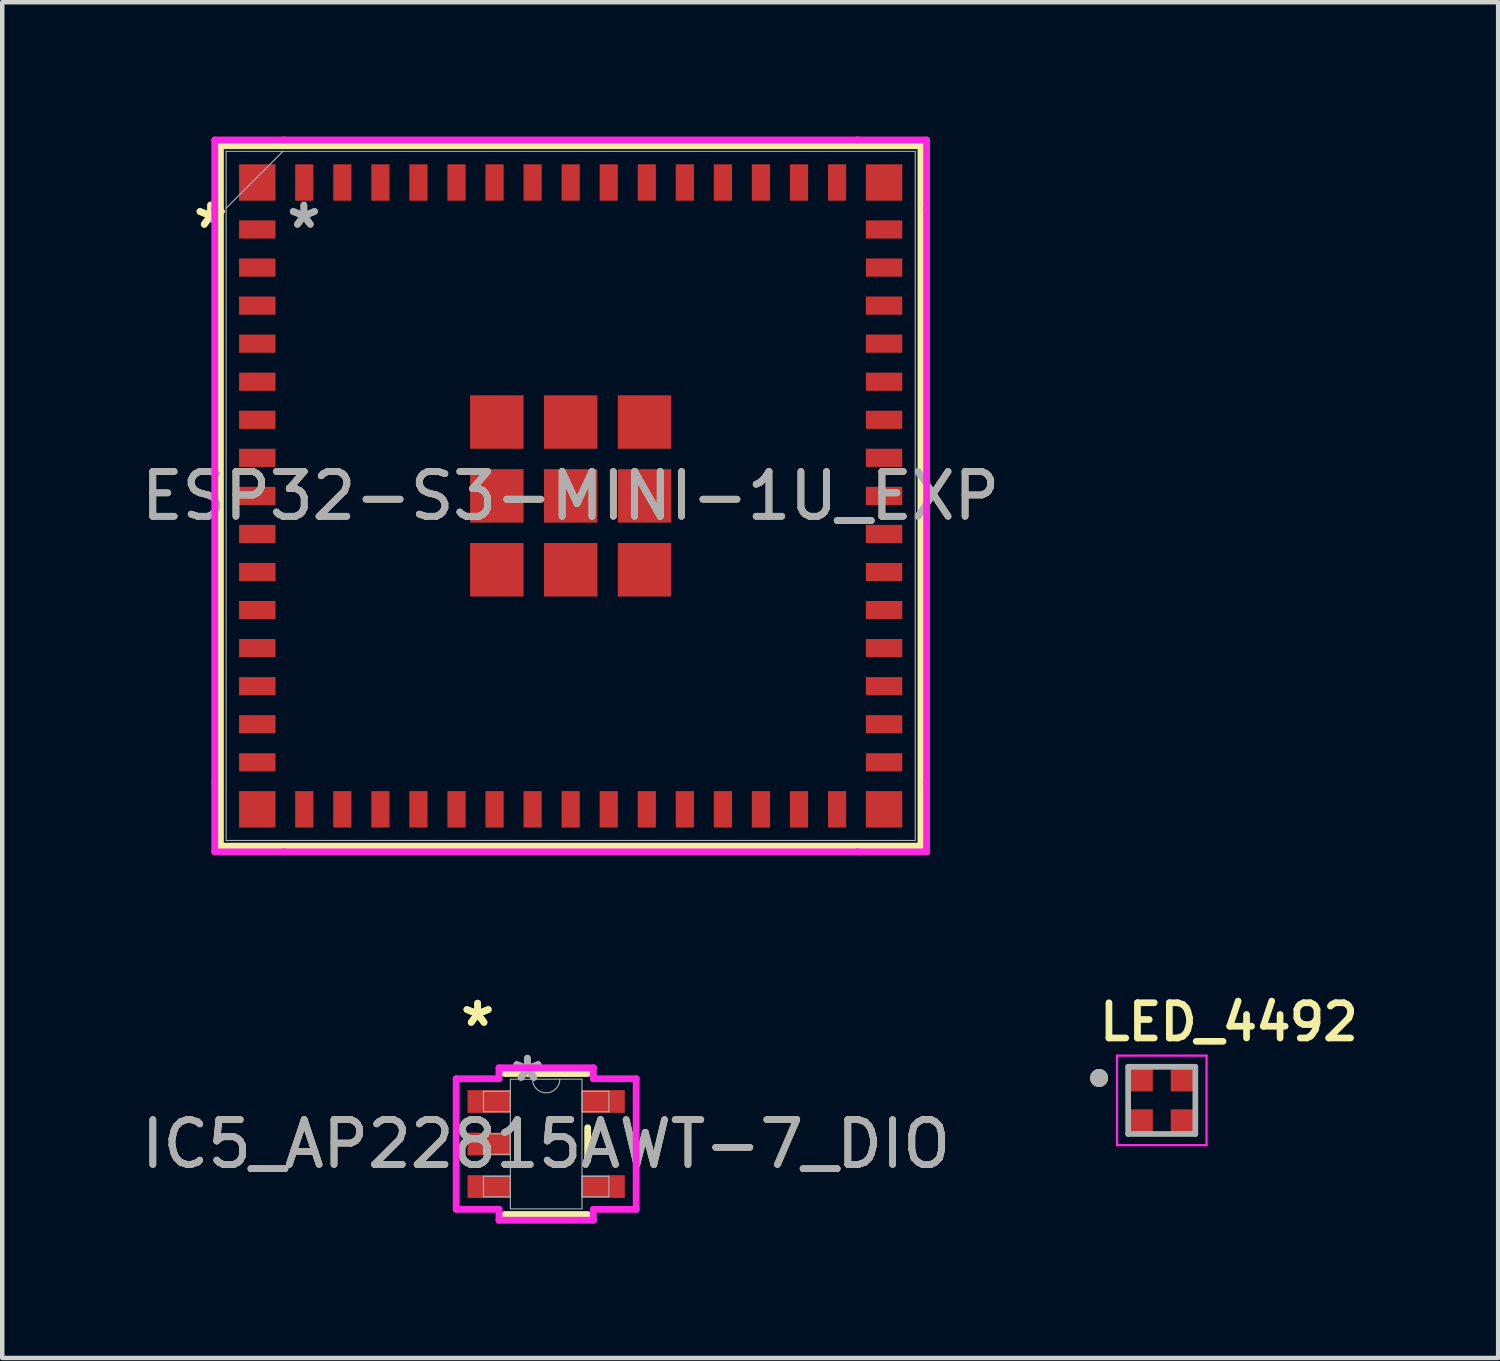
<source format=kicad_pcb>
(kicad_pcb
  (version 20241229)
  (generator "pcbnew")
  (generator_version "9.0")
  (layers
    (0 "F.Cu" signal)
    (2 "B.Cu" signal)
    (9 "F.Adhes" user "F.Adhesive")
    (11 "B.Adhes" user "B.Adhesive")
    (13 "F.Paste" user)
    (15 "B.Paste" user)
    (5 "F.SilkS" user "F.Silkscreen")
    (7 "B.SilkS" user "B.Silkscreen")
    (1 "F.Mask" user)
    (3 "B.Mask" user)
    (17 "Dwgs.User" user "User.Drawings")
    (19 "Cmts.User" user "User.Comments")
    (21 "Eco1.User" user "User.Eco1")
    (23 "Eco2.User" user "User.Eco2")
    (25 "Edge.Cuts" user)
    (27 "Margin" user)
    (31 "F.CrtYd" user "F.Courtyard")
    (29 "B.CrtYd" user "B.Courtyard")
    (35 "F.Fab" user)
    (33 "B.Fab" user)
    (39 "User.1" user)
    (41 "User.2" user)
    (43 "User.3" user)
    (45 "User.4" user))
  (footprint "LED_4492"
    (layer "F.Cu")
    (at 22.898 21.527)
    (property "Reference" "LED_4492" (at 1.5 -1.75 0) (layer "F.SilkS") (effects (font (size 0.787 0.787) (thickness 0.15))))
    (attr smd)
    (fp_circle (center -1.4 -0.5) (end -1.3 -0.5) (stroke (width 0.2) (type solid)) (fill no) (layer "F.SilkS"))
    (fp_line (start -1 -1) (end -1 1) (stroke (width 0.05) (type solid)) (layer "F.CrtYd"))
    (fp_line (start -1 1) (end 1 1) (stroke (width 0.05) (type solid)) (layer "F.CrtYd"))
    (fp_line (start 1 -1) (end -1 -1) (stroke (width 0.05) (type solid)) (layer "F.CrtYd"))
    (fp_line (start 1 1) (end 1 -1) (stroke (width 0.05) (type solid)) (layer "F.CrtYd"))
    (fp_line (start -0.75 -0.75) (end 0.75 -0.75) (stroke (width 0.127) (type solid)) (layer "F.Fab"))
    (fp_line (start -0.75 0.75) (end -0.75 -0.75) (stroke (width 0.127) (type solid)) (layer "F.Fab"))
    (fp_line (start 0.75 -0.75) (end 0.75 0.75) (stroke (width 0.127) (type solid)) (layer "F.Fab"))
    (fp_line (start 0.75 0.75) (end -0.75 0.75) (stroke (width 0.127) (type solid)) (layer "F.Fab"))
    (fp_circle (center -1.4 -0.5) (end -1.3 -0.5) (stroke (width 0.2) (type solid)) (fill no) (layer "F.Fab"))
    (pad "1" smd rect (at -0.475 -0.475) (size 0.55 0.55) (layers "F.Cu" "F.Mask" "F.Paste"))
    (pad "2" smd rect (at -0.475 0.475) (size 0.55 0.55) (layers "F.Cu" "F.Mask" "F.Paste"))
    (pad "3" smd rect (at 0.475 0.475) (size 0.55 0.55) (layers "F.Cu" "F.Mask" "F.Paste"))
    (pad "4" smd rect (at 0.475 -0.475) (size 0.55 0.55) (layers "F.Cu" "F.Mask" "F.Paste")))
  (footprint "IC5_AP22815AWT-7_DIO"
    (layer "F.Cu")
    (at 9.149 22.502)
    (property "Reference" "IC5_AP22815AWT-7_DIO" (at 0 0 0) (unlocked yes) (layer "F.SilkS") (effects (font (size 1 1) (thickness 0.15))))
    (attr smd)
    (fp_line (start -0.927 1.575) (end 0.927 1.575) (stroke (width 0.152) (type solid)) (layer "F.SilkS"))
    (fp_line (start 0.927 -1.575) (end -0.927 -1.575) (stroke (width 0.152) (type solid)) (layer "F.SilkS"))
    (fp_line (start 0.927 0.363) (end 0.927 -0.363) (stroke (width 0.152) (type solid)) (layer "F.SilkS"))
    (fp_line (start -2.01 -1.458) (end -1.054 -1.458) (stroke (width 0.152) (type solid)) (layer "F.CrtYd"))
    (fp_line (start -2.01 1.458) (end -2.01 -1.458) (stroke (width 0.152) (type solid)) (layer "F.CrtYd"))
    (fp_line (start -2.01 1.458) (end -1.054 1.458) (stroke (width 0.152) (type solid)) (layer "F.CrtYd"))
    (fp_line (start -1.054 -1.702) (end 1.054 -1.702) (stroke (width 0.152) (type solid)) (layer "F.CrtYd"))
    (fp_line (start -1.054 -1.458) (end -1.054 -1.702) (stroke (width 0.152) (type solid)) (layer "F.CrtYd"))
    (fp_line (start -1.054 1.702) (end -1.054 1.458) (stroke (width 0.152) (type solid)) (layer "F.CrtYd"))
    (fp_line (start 1.054 -1.702) (end 1.054 -1.458) (stroke (width 0.152) (type solid)) (layer "F.CrtYd"))
    (fp_line (start 1.054 1.458) (end 1.054 1.702) (stroke (width 0.152) (type solid)) (layer "F.CrtYd"))
    (fp_line (start 1.054 1.702) (end -1.054 1.702) (stroke (width 0.152) (type solid)) (layer "F.CrtYd"))
    (fp_line (start 2.01 -1.458) (end 1.054 -1.458) (stroke (width 0.152) (type solid)) (layer "F.CrtYd"))
    (fp_line (start 2.01 -1.458) (end 2.01 1.458) (stroke (width 0.152) (type solid)) (layer "F.CrtYd"))
    (fp_line (start 2.01 1.458) (end 1.054 1.458) (stroke (width 0.152) (type solid)) (layer "F.CrtYd"))
    (fp_line (start -1.4 -1.179) (end -1.4 -0.721) (stroke (width 0.025) (type solid)) (layer "F.Fab"))
    (fp_line (start -1.4 -0.721) (end -0.8 -0.721) (stroke (width 0.025) (type solid)) (layer "F.Fab"))
    (fp_line (start -1.4 -0.229) (end -1.4 0.229) (stroke (width 0.025) (type solid)) (layer "F.Fab"))
    (fp_line (start -1.4 0.229) (end -0.8 0.229) (stroke (width 0.025) (type solid)) (layer "F.Fab"))
    (fp_line (start -1.4 0.721) (end -1.4 1.179) (stroke (width 0.025) (type solid)) (layer "F.Fab"))
    (fp_line (start -1.4 1.179) (end -0.8 1.179) (stroke (width 0.025) (type solid)) (layer "F.Fab"))
    (fp_line (start -0.8 -1.448) (end -0.8 1.448) (stroke (width 0.025) (type solid)) (layer "F.Fab"))
    (fp_line (start -0.8 -1.179) (end -1.4 -1.179) (stroke (width 0.025) (type solid)) (layer "F.Fab"))
    (fp_line (start -0.8 -0.721) (end -0.8 -1.179) (stroke (width 0.025) (type solid)) (layer "F.Fab"))
    (fp_line (start -0.8 -0.229) (end -1.4 -0.229) (stroke (width 0.025) (type solid)) (layer "F.Fab"))
    (fp_line (start -0.8 0.229) (end -0.8 -0.229) (stroke (width 0.025) (type solid)) (layer "F.Fab"))
    (fp_line (start -0.8 0.721) (end -1.4 0.721) (stroke (width 0.025) (type solid)) (layer "F.Fab"))
    (fp_line (start -0.8 1.179) (end -0.8 0.721) (stroke (width 0.025) (type solid)) (layer "F.Fab"))
    (fp_line (start -0.8 1.448) (end 0.8 1.448) (stroke (width 0.025) (type solid)) (layer "F.Fab"))
    (fp_line (start 0.8 -1.448) (end -0.8 -1.448) (stroke (width 0.025) (type solid)) (layer "F.Fab"))
    (fp_line (start 0.8 -1.179) (end 0.8 -0.721) (stroke (width 0.025) (type solid)) (layer "F.Fab"))
    (fp_line (start 0.8 -0.721) (end 1.4 -0.721) (stroke (width 0.025) (type solid)) (layer "F.Fab"))
    (fp_line (start 0.8 0.721) (end 0.8 1.179) (stroke (width 0.025) (type solid)) (layer "F.Fab"))
    (fp_line (start 0.8 1.179) (end 1.4 1.179) (stroke (width 0.025) (type solid)) (layer "F.Fab"))
    (fp_line (start 0.8 1.448) (end 0.8 -1.448) (stroke (width 0.025) (type solid)) (layer "F.Fab"))
    (fp_line (start 1.4 -1.179) (end 0.8 -1.179) (stroke (width 0.025) (type solid)) (layer "F.Fab"))
    (fp_line (start 1.4 -0.721) (end 1.4 -1.179) (stroke (width 0.025) (type solid)) (layer "F.Fab"))
    (fp_line (start 1.4 0.721) (end 0.8 0.721) (stroke (width 0.025) (type solid)) (layer "F.Fab"))
    (fp_line (start 1.4 1.179) (end 1.4 0.721) (stroke (width 0.025) (type solid)) (layer "F.Fab"))
    (fp_arc (start 0.3048 -1.4478) (mid 0 -1.143) (end -0.3048 -1.4478) (stroke (width 0.0254) (type solid)) (layer "F.Fab"))
    (fp_text user "*" (at -1.532 -2.601 0) (layer "F.SilkS") (effects (font (size 1 1) (thickness 0.15))))
    (fp_text user "*" (at -1.532 -2.601 0) (unlocked yes) (layer "F.SilkS") (effects (font (size 1 1) (thickness 0.15))))
    (fp_text user "*" (at -0.419 -1.372 0) (layer "F.Fab") (effects (font (size 1 1) (thickness 0.15))))
    (fp_text user "*" (at -0.419 -1.372 0) (unlocked yes) (layer "F.Fab") (effects (font (size 1 1) (thickness 0.15))))
    (fp_text user "${REFERENCE}" (at 0 0 0) (unlocked yes) (layer "F.Fab") (effects (font (size 1 1) (thickness 0.15))))
    (pad "1" smd rect (at -1.278 -0.95) (size 0.956 0.508) (layers "F.Cu" "F.Mask" "F.Paste"))
    (pad "2" smd rect (at -1.278 0) (size 0.956 0.508) (layers "F.Cu" "F.Mask" "F.Paste"))
    (pad "3" smd rect (at -1.278 0.95) (size 0.956 0.508) (layers "F.Cu" "F.Mask" "F.Paste"))
    (pad "4" smd rect (at 1.278 0.95) (size 0.956 0.508) (layers "F.Cu" "F.Mask" "F.Paste"))
    (pad "5" smd rect (at 1.278 -0.95) (size 0.956 0.508) (layers "F.Cu" "F.Mask" "F.Paste")))
  (footprint "ESP32-S3-MINI-1U_EXP"
    (layer "F.Cu")
    (at 9.696 8.026)
    (property "Reference" "ESP32-S3-MINI-1U_EXP" (at 0 0 0) (unlocked yes) (layer "F.SilkS") (effects (font (size 1 1) (thickness 0.15))))
    (attr smd)
    (fp_line (start -7.823 -7.823) (end -7.823 7.823) (stroke (width 0.152) (type solid)) (layer "F.SilkS"))
    (fp_line (start -7.823 7.823) (end 7.823 7.823) (stroke (width 0.152) (type solid)) (layer "F.SilkS"))
    (fp_line (start 7.823 -7.823) (end -7.823 -7.823) (stroke (width 0.152) (type solid)) (layer "F.SilkS"))
    (fp_line (start 7.823 7.823) (end 7.823 -7.823) (stroke (width 0.152) (type solid)) (layer "F.SilkS"))
    (fp_line (start -7.95 -7.95) (end -6.407 -7.95) (stroke (width 0.152) (type solid)) (layer "F.CrtYd"))
    (fp_line (start -7.95 -6.407) (end -7.95 -7.95) (stroke (width 0.152) (type solid)) (layer "F.CrtYd"))
    (fp_line (start -7.95 -6.407) (end -7.95 -6.407) (stroke (width 0.152) (type solid)) (layer "F.CrtYd"))
    (fp_line (start -7.95 6.407) (end -7.95 -6.407) (stroke (width 0.152) (type solid)) (layer "F.CrtYd"))
    (fp_line (start -7.95 6.407) (end -7.95 6.407) (stroke (width 0.152) (type solid)) (layer "F.CrtYd"))
    (fp_line (start -7.95 7.95) (end -7.95 6.407) (stroke (width 0.152) (type solid)) (layer "F.CrtYd"))
    (fp_line (start -6.407 -7.95) (end -6.407 -7.95) (stroke (width 0.152) (type solid)) (layer "F.CrtYd"))
    (fp_line (start -6.407 -7.95) (end 6.407 -7.95) (stroke (width 0.152) (type solid)) (layer "F.CrtYd"))
    (fp_line (start -6.407 7.95) (end -7.95 7.95) (stroke (width 0.152) (type solid)) (layer "F.CrtYd"))
    (fp_line (start -6.407 7.95) (end -6.407 7.95) (stroke (width 0.152) (type solid)) (layer "F.CrtYd"))
    (fp_line (start 6.407 -7.95) (end 6.407 -7.95) (stroke (width 0.152) (type solid)) (layer "F.CrtYd"))
    (fp_line (start 6.407 -7.95) (end 7.95 -7.95) (stroke (width 0.152) (type solid)) (layer "F.CrtYd"))
    (fp_line (start 6.407 7.95) (end -6.407 7.95) (stroke (width 0.152) (type solid)) (layer "F.CrtYd"))
    (fp_line (start 6.407 7.95) (end 6.407 7.95) (stroke (width 0.152) (type solid)) (layer "F.CrtYd"))
    (fp_line (start 7.95 -7.95) (end 7.95 -6.407) (stroke (width 0.152) (type solid)) (layer "F.CrtYd"))
    (fp_line (start 7.95 -6.407) (end 7.95 -6.407) (stroke (width 0.152) (type solid)) (layer "F.CrtYd"))
    (fp_line (start 7.95 -6.407) (end 7.95 6.407) (stroke (width 0.152) (type solid)) (layer "F.CrtYd"))
    (fp_line (start 7.95 6.407) (end 7.95 6.407) (stroke (width 0.152) (type solid)) (layer "F.CrtYd"))
    (fp_line (start 7.95 6.407) (end 7.95 7.95) (stroke (width 0.152) (type solid)) (layer "F.CrtYd"))
    (fp_line (start 7.95 7.95) (end 6.407 7.95) (stroke (width 0.152) (type solid)) (layer "F.CrtYd"))
    (fp_line (start -7.696 -7.696) (end -7.696 7.696) (stroke (width 0.025) (type solid)) (layer "F.Fab"))
    (fp_line (start -7.696 -6.426) (end -6.426 -7.696) (stroke (width 0.025) (type solid)) (layer "F.Fab"))
    (fp_line (start -7.696 7.696) (end 7.696 7.696) (stroke (width 0.025) (type solid)) (layer "F.Fab"))
    (fp_line (start 7.696 -7.696) (end -7.696 -7.696) (stroke (width 0.025) (type solid)) (layer "F.Fab"))
    (fp_line (start 7.696 7.696) (end 7.696 -7.696) (stroke (width 0.025) (type solid)) (layer "F.Fab"))
    (fp_text user "*" (at -8.041 -5.95 0) (unlocked yes) (layer "F.SilkS") (effects (font (size 1 1) (thickness 0.15))))
    (fp_text user "*" (at -8.041 -5.95 0) (layer "F.SilkS") (effects (font (size 1 1) (thickness 0.15))))
    (fp_text user "*" (at -5.959 -5.95 0) (unlocked yes) (layer "F.Fab") (effects (font (size 1 1) (thickness 0.15))))
    (fp_text user "*" (at -5.959 -5.95 0) (layer "F.Fab") (effects (font (size 1 1) (thickness 0.15))))
    (fp_text user "${REFERENCE}" (at 0 0 0) (unlocked yes) (layer "F.Fab") (effects (font (size 1 1) (thickness 0.15))))
    (pad "1" smd rect (at -7 -5.95) (size 0.813 0.406) (layers "F.Cu" "F.Mask" "F.Paste"))
    (pad "2" smd rect (at -7 -5.1) (size 0.813 0.406) (layers "F.Cu" "F.Mask" "F.Paste"))
    (pad "3" smd rect (at -7 -4.25) (size 0.813 0.406) (layers "F.Cu" "F.Mask" "F.Paste"))
    (pad "4" smd rect (at -7 -3.4) (size 0.813 0.406) (layers "F.Cu" "F.Mask" "F.Paste"))
    (pad "5" smd rect (at -7 -2.55) (size 0.813 0.406) (layers "F.Cu" "F.Mask" "F.Paste"))
    (pad "6" smd rect (at -7 -1.7) (size 0.813 0.406) (layers "F.Cu" "F.Mask" "F.Paste"))
    (pad "7" smd rect (at -7 -0.85) (size 0.813 0.406) (layers "F.Cu" "F.Mask" "F.Paste"))
    (pad "8" smd rect (at -7 0) (size 0.813 0.406) (layers "F.Cu" "F.Mask" "F.Paste"))
    (pad "9" smd rect (at -7 0.85) (size 0.813 0.406) (layers "F.Cu" "F.Mask" "F.Paste"))
    (pad "10" smd rect (at -7 1.7) (size 0.813 0.406) (layers "F.Cu" "F.Mask" "F.Paste"))
    (pad "11" smd rect (at -7 2.55) (size 0.813 0.406) (layers "F.Cu" "F.Mask" "F.Paste"))
    (pad "12" smd rect (at -7 3.4) (size 0.813 0.406) (layers "F.Cu" "F.Mask" "F.Paste"))
    (pad "13" smd rect (at -7 4.25) (size 0.813 0.406) (layers "F.Cu" "F.Mask" "F.Paste"))
    (pad "14" smd rect (at -7 5.1) (size 0.813 0.406) (layers "F.Cu" "F.Mask" "F.Paste"))
    (pad "15" smd rect (at -7 5.95) (size 0.813 0.406) (layers "F.Cu" "F.Mask" "F.Paste"))
    (pad "16" smd rect (at -5.95 7 90) (size 0.813 0.406) (layers "F.Cu" "F.Mask" "F.Paste"))
    (pad "17" smd rect (at -5.1 7 90) (size 0.813 0.406) (layers "F.Cu" "F.Mask" "F.Paste"))
    (pad "18" smd rect (at -4.25 7 90) (size 0.813 0.406) (layers "F.Cu" "F.Mask" "F.Paste"))
    (pad "19" smd rect (at -3.4 7 90) (size 0.813 0.406) (layers "F.Cu" "F.Mask" "F.Paste"))
    (pad "20" smd rect (at -2.55 7 90) (size 0.813 0.406) (layers "F.Cu" "F.Mask" "F.Paste"))
    (pad "21" smd rect (at -1.7 7 90) (size 0.813 0.406) (layers "F.Cu" "F.Mask" "F.Paste"))
    (pad "22" smd rect (at -0.85 7 90) (size 0.813 0.406) (layers "F.Cu" "F.Mask" "F.Paste"))
    (pad "23" smd rect (at 0 7 90) (size 0.813 0.406) (layers "F.Cu" "F.Mask" "F.Paste"))
    (pad "24" smd rect (at 0.85 7 90) (size 0.813 0.406) (layers "F.Cu" "F.Mask" "F.Paste"))
    (pad "25" smd rect (at 1.7 7 90) (size 0.813 0.406) (layers "F.Cu" "F.Mask" "F.Paste"))
    (pad "26" smd rect (at 2.55 7 90) (size 0.813 0.406) (layers "F.Cu" "F.Mask" "F.Paste"))
    (pad "27" smd rect (at 3.4 7 90) (size 0.813 0.406) (layers "F.Cu" "F.Mask" "F.Paste"))
    (pad "28" smd rect (at 4.25 7 90) (size 0.813 0.406) (layers "F.Cu" "F.Mask" "F.Paste"))
    (pad "29" smd rect (at 5.1 7 90) (size 0.813 0.406) (layers "F.Cu" "F.Mask" "F.Paste"))
    (pad "30" smd rect (at 5.95 7 90) (size 0.813 0.406) (layers "F.Cu" "F.Mask" "F.Paste"))
    (pad "31" smd rect (at 7 5.95) (size 0.813 0.406) (layers "F.Cu" "F.Mask" "F.Paste"))
    (pad "32" smd rect (at 7 5.1) (size 0.813 0.406) (layers "F.Cu" "F.Mask" "F.Paste"))
    (pad "33" smd rect (at 7 4.25) (size 0.813 0.406) (layers "F.Cu" "F.Mask" "F.Paste"))
    (pad "34" smd rect (at 7 3.4) (size 0.813 0.406) (layers "F.Cu" "F.Mask" "F.Paste"))
    (pad "35" smd rect (at 7 2.55) (size 0.813 0.406) (layers "F.Cu" "F.Mask" "F.Paste"))
    (pad "36" smd rect (at 7 1.7) (size 0.813 0.406) (layers "F.Cu" "F.Mask" "F.Paste"))
    (pad "37" smd rect (at 7 0.85) (size 0.813 0.406) (layers "F.Cu" "F.Mask" "F.Paste"))
    (pad "38" smd rect (at 7 0) (size 0.813 0.406) (layers "F.Cu" "F.Mask" "F.Paste"))
    (pad "39" smd rect (at 7 -0.85) (size 0.813 0.406) (layers "F.Cu" "F.Mask" "F.Paste"))
    (pad "40" smd rect (at 7 -1.7) (size 0.813 0.406) (layers "F.Cu" "F.Mask" "F.Paste"))
    (pad "41" smd rect (at 7 -2.55) (size 0.813 0.406) (layers "F.Cu" "F.Mask" "F.Paste"))
    (pad "42" smd rect (at 7 -3.4) (size 0.813 0.406) (layers "F.Cu" "F.Mask" "F.Paste"))
    (pad "43" smd rect (at 7 -4.25) (size 0.813 0.406) (layers "F.Cu" "F.Mask" "F.Paste"))
    (pad "44" smd rect (at 7 -5.1) (size 0.813 0.406) (layers "F.Cu" "F.Mask" "F.Paste"))
    (pad "45" smd rect (at 7 -5.95) (size 0.813 0.406) (layers "F.Cu" "F.Mask" "F.Paste"))
    (pad "46" smd rect (at 5.95 -7 90) (size 0.813 0.406) (layers "F.Cu" "F.Mask" "F.Paste"))
    (pad "47" smd rect (at 5.1 -7 90) (size 0.813 0.406) (layers "F.Cu" "F.Mask" "F.Paste"))
    (pad "48" smd rect (at 4.25 -7 90) (size 0.813 0.406) (layers "F.Cu" "F.Mask" "F.Paste"))
    (pad "49" smd rect (at 3.4 -7 90) (size 0.813 0.406) (layers "F.Cu" "F.Mask" "F.Paste"))
    (pad "50" smd rect (at 2.55 -7 90) (size 0.813 0.406) (layers "F.Cu" "F.Mask" "F.Paste"))
    (pad "51" smd rect (at 1.7 -7 90) (size 0.813 0.406) (layers "F.Cu" "F.Mask" "F.Paste"))
    (pad "52" smd rect (at 0.85 -7 90) (size 0.813 0.406) (layers "F.Cu" "F.Mask" "F.Paste"))
    (pad "53" smd rect (at 0 -7 90) (size 0.813 0.406) (layers "F.Cu" "F.Mask" "F.Paste"))
    (pad "54" smd rect (at -0.85 -7 90) (size 0.813 0.406) (layers "F.Cu" "F.Mask" "F.Paste"))
    (pad "55" smd rect (at -1.7 -7 90) (size 0.813 0.406) (layers "F.Cu" "F.Mask" "F.Paste"))
    (pad "56" smd rect (at -2.55 -7 90) (size 0.813 0.406) (layers "F.Cu" "F.Mask" "F.Paste"))
    (pad "57" smd rect (at -3.4 -7 90) (size 0.813 0.406) (layers "F.Cu" "F.Mask" "F.Paste"))
    (pad "58" smd rect (at -4.25 -7 90) (size 0.813 0.406) (layers "F.Cu" "F.Mask" "F.Paste"))
    (pad "59" smd rect (at -5.1 -7 90) (size 0.813 0.406) (layers "F.Cu" "F.Mask" "F.Paste"))
    (pad "60" smd rect (at -5.95 -7 90) (size 0.813 0.406) (layers "F.Cu" "F.Mask" "F.Paste"))
    (pad "61" smd rect (at 0 0) (size 1.194 1.194) (layers "F.Cu" "F.Mask" "F.Paste"))
    (pad "62" smd rect (at -7 -7) (size 0.813 0.813) (layers "F.Cu" "F.Mask" "F.Paste"))
    (pad "63" smd rect (at -7 7) (size 0.813 0.813) (layers "F.Cu" "F.Mask" "F.Paste"))
    (pad "64" smd rect (at 7 7) (size 0.813 0.813) (layers "F.Cu" "F.Mask" "F.Paste"))
    (pad "65" smd rect (at 7 -7) (size 0.813 0.813) (layers "F.Cu" "F.Mask" "F.Paste"))
    (pad "66" smd rect (at -1.65 -1.65) (size 1.194 1.194) (layers "F.Cu" "F.Mask" "F.Paste"))
    (pad "67" smd rect (at -1.65 0) (size 1.194 1.194) (layers "F.Cu" "F.Mask" "F.Paste"))
    (pad "68" smd rect (at -1.65 1.65) (size 1.194 1.194) (layers "F.Cu" "F.Mask" "F.Paste"))
    (pad "69" smd rect (at 0 1.65) (size 1.194 1.194) (layers "F.Cu" "F.Mask" "F.Paste"))
    (pad "70" smd rect (at 1.65 1.65) (size 1.194 1.194) (layers "F.Cu" "F.Mask" "F.Paste"))
    (pad "71" smd rect (at 1.65 0) (size 1.194 1.194) (layers "F.Cu" "F.Mask" "F.Paste"))
    (pad "72" smd rect (at 1.65 -1.65) (size 1.194 1.194) (layers "F.Cu" "F.Mask" "F.Paste"))
    (pad "73" smd rect (at 0 -1.65) (size 1.194 1.194) (layers "F.Cu" "F.Mask" "F.Paste")))
  (gr_rect
    (start -3 -3)
    (end 30.412 27.28)
    (stroke (width 0.1) (type default))
    (fill no)
    (layer "Edge.Cuts")))
</source>
